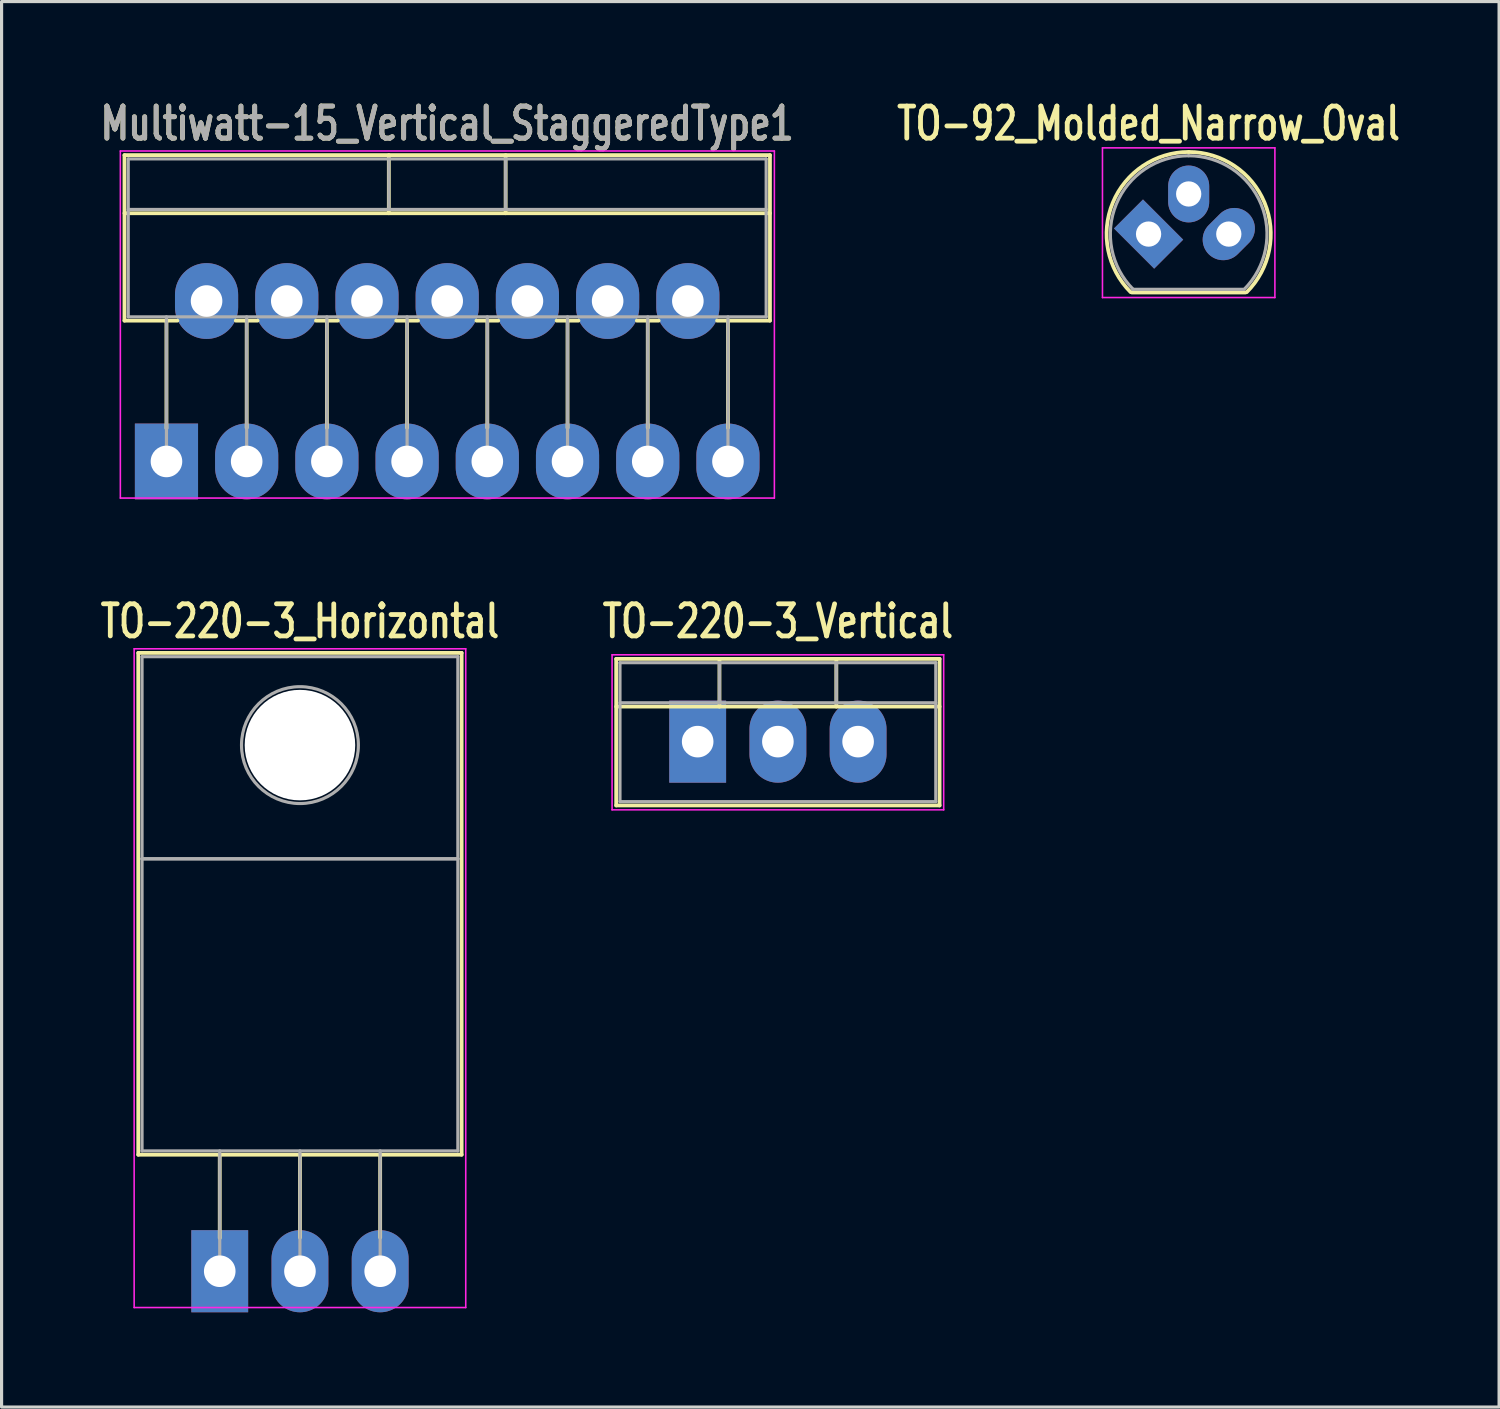
<source format=kicad_pcb>
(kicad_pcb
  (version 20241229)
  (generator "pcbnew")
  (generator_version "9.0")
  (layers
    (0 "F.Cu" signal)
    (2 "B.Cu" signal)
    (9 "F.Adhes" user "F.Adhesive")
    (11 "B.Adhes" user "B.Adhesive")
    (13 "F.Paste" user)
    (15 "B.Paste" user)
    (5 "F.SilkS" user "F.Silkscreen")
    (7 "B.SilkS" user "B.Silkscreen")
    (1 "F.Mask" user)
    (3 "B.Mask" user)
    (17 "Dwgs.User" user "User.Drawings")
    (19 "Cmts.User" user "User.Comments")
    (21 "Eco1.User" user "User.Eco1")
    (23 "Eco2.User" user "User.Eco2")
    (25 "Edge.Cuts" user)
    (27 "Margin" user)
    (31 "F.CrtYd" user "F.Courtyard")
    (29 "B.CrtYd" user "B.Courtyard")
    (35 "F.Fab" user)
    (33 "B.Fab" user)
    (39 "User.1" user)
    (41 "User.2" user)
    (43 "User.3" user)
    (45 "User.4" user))
  (footprint "TO-220-3_Horizontal"
    (layer "F.Cu")
    (at 3.908 37.204)
    (property "Reference" "TO-220-3_Horizontal" (at 2.54 -20.58 0) (layer "F.SilkS") (effects (font (size 1.016 0.762) (thickness 0.152))))
    (attr through_hole)
    (fp_line (start -2.58 -19.58) (end -2.58 -3.69) (stroke (width 0.12) (type solid)) (layer "F.SilkS"))
    (fp_line (start -2.58 -19.58) (end 7.66 -19.58) (stroke (width 0.12) (type solid)) (layer "F.SilkS"))
    (fp_line (start -2.58 -3.69) (end 7.66 -3.69) (stroke (width 0.12) (type solid)) (layer "F.SilkS"))
    (fp_line (start 0 -3.69) (end 0 -1.05) (stroke (width 0.12) (type solid)) (layer "F.SilkS"))
    (fp_line (start 2.54 -3.69) (end 2.54 -1.066) (stroke (width 0.12) (type solid)) (layer "F.SilkS"))
    (fp_line (start 5.08 -3.69) (end 5.08 -1.066) (stroke (width 0.12) (type solid)) (layer "F.SilkS"))
    (fp_line (start 7.66 -19.58) (end 7.66 -3.69) (stroke (width 0.12) (type solid)) (layer "F.SilkS"))
    (fp_line (start -2.71 -19.71) (end -2.71 1.15) (stroke (width 0.05) (type solid)) (layer "F.CrtYd"))
    (fp_line (start -2.71 1.15) (end 7.79 1.15) (stroke (width 0.05) (type solid)) (layer "F.CrtYd"))
    (fp_line (start 7.79 -19.71) (end -2.71 -19.71) (stroke (width 0.05) (type solid)) (layer "F.CrtYd"))
    (fp_line (start 7.79 1.15) (end 7.79 -19.71) (stroke (width 0.05) (type solid)) (layer "F.CrtYd"))
    (fp_line (start -2.46 -19.46) (end 7.54 -19.46) (stroke (width 0.1) (type solid)) (layer "F.Fab"))
    (fp_line (start -2.46 -13.06) (end -2.46 -19.46) (stroke (width 0.1) (type solid)) (layer "F.Fab"))
    (fp_line (start -2.46 -13.06) (end 7.54 -13.06) (stroke (width 0.1) (type solid)) (layer "F.Fab"))
    (fp_line (start -2.46 -3.81) (end -2.46 -13.06) (stroke (width 0.1) (type solid)) (layer "F.Fab"))
    (fp_line (start 0 -3.81) (end 0 0) (stroke (width 0.1) (type solid)) (layer "F.Fab"))
    (fp_line (start 2.54 -3.81) (end 2.54 0) (stroke (width 0.1) (type solid)) (layer "F.Fab"))
    (fp_line (start 5.08 -3.81) (end 5.08 0) (stroke (width 0.1) (type solid)) (layer "F.Fab"))
    (fp_line (start 7.54 -19.46) (end 7.54 -13.06) (stroke (width 0.1) (type solid)) (layer "F.Fab"))
    (fp_line (start 7.54 -13.06) (end -2.46 -13.06) (stroke (width 0.1) (type solid)) (layer "F.Fab"))
    (fp_line (start 7.54 -13.06) (end 7.54 -3.81) (stroke (width 0.1) (type solid)) (layer "F.Fab"))
    (fp_line (start 7.54 -3.81) (end -2.46 -3.81) (stroke (width 0.1) (type solid)) (layer "F.Fab"))
    (fp_circle (center 2.54 -16.66) (end 4.39 -16.66) (stroke (width 0.1) (type solid)) (fill no) (layer "F.Fab"))
    (pad "" np_thru_hole circle (at 2.54 -16.66) (size 3.5 3.5) (drill 3.5) (layers "*.Cu" "*.Mask"))
    (pad "1" thru_hole rect (at 0 0) (size 1.8 2.6) (drill 1) (layers "*.Cu" "*.Mask"))
    (pad "2" thru_hole oval (at 2.54 0) (size 1.8 2.6) (drill 1) (layers "*.Cu" "*.Mask"))
    (pad "3" thru_hole oval (at 5.08 0) (size 1.8 2.6) (drill 1) (layers "*.Cu" "*.Mask")))
  (footprint "TO-220-3_Vertical"
    (layer "F.Cu")
    (at 19.042 20.434)
    (property "Reference" "TO-220-3_Vertical" (at 2.54 -3.81 0) (layer "F.SilkS") (effects (font (size 1.016 0.762) (thickness 0.152))))
    (attr through_hole)
    (fp_line (start -2.58 -2.62) (end -2.58 2.021) (stroke (width 0.12) (type solid)) (layer "F.SilkS"))
    (fp_line (start -2.58 -2.62) (end 7.66 -2.62) (stroke (width 0.12) (type solid)) (layer "F.SilkS"))
    (fp_line (start -2.58 -1.11) (end 7.66 -1.11) (stroke (width 0.12) (type solid)) (layer "F.SilkS"))
    (fp_line (start -2.58 2.021) (end 7.66 2.021) (stroke (width 0.12) (type solid)) (layer "F.SilkS"))
    (fp_line (start 0.69 -2.62) (end 0.69 -1.11) (stroke (width 0.12) (type solid)) (layer "F.SilkS"))
    (fp_line (start 4.391 -2.62) (end 4.391 -1.11) (stroke (width 0.12) (type solid)) (layer "F.SilkS"))
    (fp_line (start 7.66 -2.62) (end 7.66 2.021) (stroke (width 0.12) (type solid)) (layer "F.SilkS"))
    (fp_line (start -2.71 -2.75) (end -2.71 2.16) (stroke (width 0.05) (type solid)) (layer "F.CrtYd"))
    (fp_line (start -2.71 2.16) (end 7.79 2.16) (stroke (width 0.05) (type solid)) (layer "F.CrtYd"))
    (fp_line (start 7.79 -2.75) (end -2.71 -2.75) (stroke (width 0.05) (type solid)) (layer "F.CrtYd"))
    (fp_line (start 7.79 2.16) (end 7.79 -2.75) (stroke (width 0.05) (type solid)) (layer "F.CrtYd"))
    (fp_line (start -2.46 -2.5) (end -2.46 1.9) (stroke (width 0.1) (type solid)) (layer "F.Fab"))
    (fp_line (start -2.46 -1.23) (end 7.54 -1.23) (stroke (width 0.1) (type solid)) (layer "F.Fab"))
    (fp_line (start -2.46 1.9) (end 7.54 1.9) (stroke (width 0.1) (type solid)) (layer "F.Fab"))
    (fp_line (start 0.69 -2.5) (end 0.69 -1.23) (stroke (width 0.1) (type solid)) (layer "F.Fab"))
    (fp_line (start 4.39 -2.5) (end 4.39 -1.23) (stroke (width 0.1) (type solid)) (layer "F.Fab"))
    (fp_line (start 7.54 -2.5) (end -2.46 -2.5) (stroke (width 0.1) (type solid)) (layer "F.Fab"))
    (fp_line (start 7.54 1.9) (end 7.54 -2.5) (stroke (width 0.1) (type solid)) (layer "F.Fab"))
    (pad "1" thru_hole rect (at 0 0) (size 1.8 2.6) (drill 1) (layers "*.Cu" "*.Mask"))
    (pad "2" thru_hole oval (at 2.54 0) (size 1.8 2.6) (drill 1) (layers "*.Cu" "*.Mask"))
    (pad "3" thru_hole oval (at 5.08 0) (size 1.8 2.6) (drill 1) (layers "*.Cu" "*.Mask")))
  (footprint "Multiwatt-15_Vertical_StaggeredType1"
    (layer "F.Cu")
    (at 2.221 11.562)
    (property "Reference" "Multiwatt-15_Vertical_StaggeredType1" (at 8.89 -10.7 0) (layer "F.SilkS") (effects (font (size 1.016 0.762) (thickness 0.152))))
    (attr through_hole)
    (fp_line (start -1.33 -9.7) (end -1.33 -4.459) (stroke (width 0.12) (type solid)) (layer "F.SilkS"))
    (fp_line (start -1.33 -9.7) (end 19.11 -9.7) (stroke (width 0.12) (type solid)) (layer "F.SilkS"))
    (fp_line (start -1.33 -7.86) (end 19.11 -7.86) (stroke (width 0.12) (type solid)) (layer "F.SilkS"))
    (fp_line (start -1.33 -4.459) (end 0.346 -4.459) (stroke (width 0.12) (type solid)) (layer "F.SilkS"))
    (fp_line (start 0 -4.459) (end 0 -1.05) (stroke (width 0.12) (type solid)) (layer "F.SilkS"))
    (fp_line (start 2.195 -4.459) (end 2.886 -4.459) (stroke (width 0.12) (type solid)) (layer "F.SilkS"))
    (fp_line (start 2.54 -4.459) (end 2.54 -1.065) (stroke (width 0.12) (type solid)) (layer "F.SilkS"))
    (fp_line (start 4.735 -4.459) (end 5.426 -4.459) (stroke (width 0.12) (type solid)) (layer "F.SilkS"))
    (fp_line (start 5.08 -4.459) (end 5.08 -1.065) (stroke (width 0.12) (type solid)) (layer "F.SilkS"))
    (fp_line (start 7.041 -9.7) (end 7.041 -7.86) (stroke (width 0.12) (type solid)) (layer "F.SilkS"))
    (fp_line (start 7.275 -4.459) (end 7.966 -4.459) (stroke (width 0.12) (type solid)) (layer "F.SilkS"))
    (fp_line (start 7.62 -4.459) (end 7.62 -1.065) (stroke (width 0.12) (type solid)) (layer "F.SilkS"))
    (fp_line (start 9.815 -4.459) (end 10.506 -4.459) (stroke (width 0.12) (type solid)) (layer "F.SilkS"))
    (fp_line (start 10.16 -4.459) (end 10.16 -1.065) (stroke (width 0.12) (type solid)) (layer "F.SilkS"))
    (fp_line (start 10.74 -9.7) (end 10.74 -7.86) (stroke (width 0.12) (type solid)) (layer "F.SilkS"))
    (fp_line (start 12.355 -4.459) (end 13.046 -4.459) (stroke (width 0.12) (type solid)) (layer "F.SilkS"))
    (fp_line (start 12.7 -4.459) (end 12.7 -1.065) (stroke (width 0.12) (type solid)) (layer "F.SilkS"))
    (fp_line (start 14.895 -4.459) (end 15.586 -4.459) (stroke (width 0.12) (type solid)) (layer "F.SilkS"))
    (fp_line (start 15.24 -4.459) (end 15.24 -1.065) (stroke (width 0.12) (type solid)) (layer "F.SilkS"))
    (fp_line (start 17.435 -4.459) (end 19.11 -4.459) (stroke (width 0.12) (type solid)) (layer "F.SilkS"))
    (fp_line (start 17.78 -4.459) (end 17.78 -1.065) (stroke (width 0.12) (type solid)) (layer "F.SilkS"))
    (fp_line (start 19.11 -9.7) (end 19.11 -4.459) (stroke (width 0.12) (type solid)) (layer "F.SilkS"))
    (fp_line (start -1.46 -9.83) (end -1.46 1.16) (stroke (width 0.05) (type solid)) (layer "F.CrtYd"))
    (fp_line (start -1.46 1.16) (end 19.25 1.16) (stroke (width 0.05) (type solid)) (layer "F.CrtYd"))
    (fp_line (start 19.25 -9.83) (end -1.46 -9.83) (stroke (width 0.05) (type solid)) (layer "F.CrtYd"))
    (fp_line (start 19.25 1.16) (end 19.25 -9.83) (stroke (width 0.05) (type solid)) (layer "F.CrtYd"))
    (fp_line (start -1.21 -9.58) (end -1.21 -4.58) (stroke (width 0.1) (type solid)) (layer "F.Fab"))
    (fp_line (start -1.21 -7.98) (end 18.99 -7.98) (stroke (width 0.1) (type solid)) (layer "F.Fab"))
    (fp_line (start -1.21 -4.58) (end 18.99 -4.58) (stroke (width 0.1) (type solid)) (layer "F.Fab"))
    (fp_line (start 0 -4.58) (end 0 0) (stroke (width 0.1) (type solid)) (layer "F.Fab"))
    (fp_line (start 2.54 -4.58) (end 2.54 0) (stroke (width 0.1) (type solid)) (layer "F.Fab"))
    (fp_line (start 5.08 -4.58) (end 5.08 0) (stroke (width 0.1) (type solid)) (layer "F.Fab"))
    (fp_line (start 7.04 -9.58) (end 7.04 -7.98) (stroke (width 0.1) (type solid)) (layer "F.Fab"))
    (fp_line (start 7.62 -4.58) (end 7.62 0) (stroke (width 0.1) (type solid)) (layer "F.Fab"))
    (fp_line (start 10.16 -4.58) (end 10.16 0) (stroke (width 0.1) (type solid)) (layer "F.Fab"))
    (fp_line (start 10.74 -9.58) (end 10.74 -7.98) (stroke (width 0.1) (type solid)) (layer "F.Fab"))
    (fp_line (start 12.7 -4.58) (end 12.7 0) (stroke (width 0.1) (type solid)) (layer "F.Fab"))
    (fp_line (start 15.24 -4.58) (end 15.24 0) (stroke (width 0.1) (type solid)) (layer "F.Fab"))
    (fp_line (start 17.78 -4.58) (end 17.78 0) (stroke (width 0.1) (type solid)) (layer "F.Fab"))
    (fp_line (start 18.99 -9.58) (end -1.21 -9.58) (stroke (width 0.1) (type solid)) (layer "F.Fab"))
    (fp_line (start 18.99 -4.58) (end 18.99 -9.58) (stroke (width 0.1) (type solid)) (layer "F.Fab"))
    (fp_text user "${REFERENCE}" (at 8.89 -10.7 0) (layer "F.Fab") (effects (font (size 1.016 0.762) (thickness 0.152))))
    (pad "1" thru_hole rect (at 0 0) (size 2 2.4) (drill 1) (layers "*.Cu" "*.Mask"))
    (pad "2" thru_hole oval (at 1.27 -5.08) (size 2 2.4) (drill 1) (layers "*.Cu" "*.Mask"))
    (pad "3" thru_hole oval (at 2.54 0) (size 2 2.4) (drill 1) (layers "*.Cu" "*.Mask"))
    (pad "4" thru_hole oval (at 3.81 -5.08) (size 2 2.4) (drill 1) (layers "*.Cu" "*.Mask"))
    (pad "5" thru_hole oval (at 5.08 0) (size 2 2.4) (drill 1) (layers "*.Cu" "*.Mask"))
    (pad "6" thru_hole oval (at 6.35 -5.08) (size 2 2.4) (drill 1) (layers "*.Cu" "*.Mask"))
    (pad "7" thru_hole oval (at 7.62 0) (size 2 2.4) (drill 1) (layers "*.Cu" "*.Mask"))
    (pad "8" thru_hole oval (at 8.89 -5.08) (size 2 2.4) (drill 1) (layers "*.Cu" "*.Mask"))
    (pad "9" thru_hole oval (at 10.16 0) (size 2 2.4) (drill 1) (layers "*.Cu" "*.Mask"))
    (pad "10" thru_hole oval (at 11.43 -5.08) (size 2 2.4) (drill 1) (layers "*.Cu" "*.Mask"))
    (pad "11" thru_hole oval (at 12.7 0) (size 2 2.4) (drill 1) (layers "*.Cu" "*.Mask"))
    (pad "12" thru_hole oval (at 13.97 -5.08) (size 2 2.4) (drill 1) (layers "*.Cu" "*.Mask"))
    (pad "13" thru_hole oval (at 15.24 0) (size 2 2.4) (drill 1) (layers "*.Cu" "*.Mask"))
    (pad "14" thru_hole oval (at 16.51 -5.08) (size 2 2.4) (drill 1) (layers "*.Cu" "*.Mask"))
    (pad "15" thru_hole oval (at 17.78 0) (size 2 2.4) (drill 1) (layers "*.Cu" "*.Mask")))
  (footprint "TO-92_Molded_Narrow_Oval"
    (layer "F.Cu")
    (at 33.32 4.362)
    (property "Reference" "TO-92_Molded_Narrow_Oval" (at 0 -3.5 0) (layer "F.SilkS") (effects (font (size 1.016 0.762) (thickness 0.152))))
    (attr through_hole)
    (fp_line (start -0.53 1.85) (end 3.07 1.85) (stroke (width 0.12) (type solid)) (layer "F.SilkS"))
    (fp_arc (start -0.568478 1.838478) (mid -1.132087 -0.994977) (end 1.27 -2.6) (stroke (width 0.12) (type solid)) (layer "F.SilkS"))
    (fp_arc (start 1.27 -2.6) (mid 3.672087 -0.994977) (end 3.108478 1.838478) (stroke (width 0.12) (type solid)) (layer "F.SilkS"))
    (fp_line (start -1.46 -2.73) (end -1.46 2.01) (stroke (width 0.05) (type solid)) (layer "F.CrtYd"))
    (fp_line (start -1.46 -2.73) (end 4 -2.73) (stroke (width 0.05) (type solid)) (layer "F.CrtYd"))
    (fp_line (start 4 2.01) (end -1.46 2.01) (stroke (width 0.05) (type solid)) (layer "F.CrtYd"))
    (fp_line (start 4 2.01) (end 4 -2.73) (stroke (width 0.05) (type solid)) (layer "F.CrtYd"))
    (fp_line (start -0.5 1.75) (end 3 1.75) (stroke (width 0.1) (type solid)) (layer "F.Fab"))
    (fp_arc (start -0.483625 1.753625) (mid -1.021221 -0.949055) (end 1.27 -2.48) (stroke (width 0.1) (type solid)) (layer "F.Fab"))
    (fp_arc (start 1.27 -2.48) (mid 3.561221 -0.949055) (end 3.023625 1.753625) (stroke (width 0.1) (type solid)) (layer "F.Fab"))
    (pad "1" thru_hole rect (at 0 0 45) (size 1.3 1.8) (drill 0.8) (layers "*.Cu" "*.Mask"))
    (pad "2" thru_hole oval (at 1.27 -1.27 90) (size 1.8 1.3) (drill 0.8) (layers "*.Cu" "*.Mask"))
    (pad "3" thru_hole oval (at 2.54 0 45) (size 1.8 1.3) (drill 0.8) (layers "*.Cu" "*.Mask")))
  (gr_rect
    (start -3 -3)
    (end 44.419 41.504)
    (stroke (width 0.1) (type default))
    (fill no)
    (layer "Edge.Cuts")))
</source>
